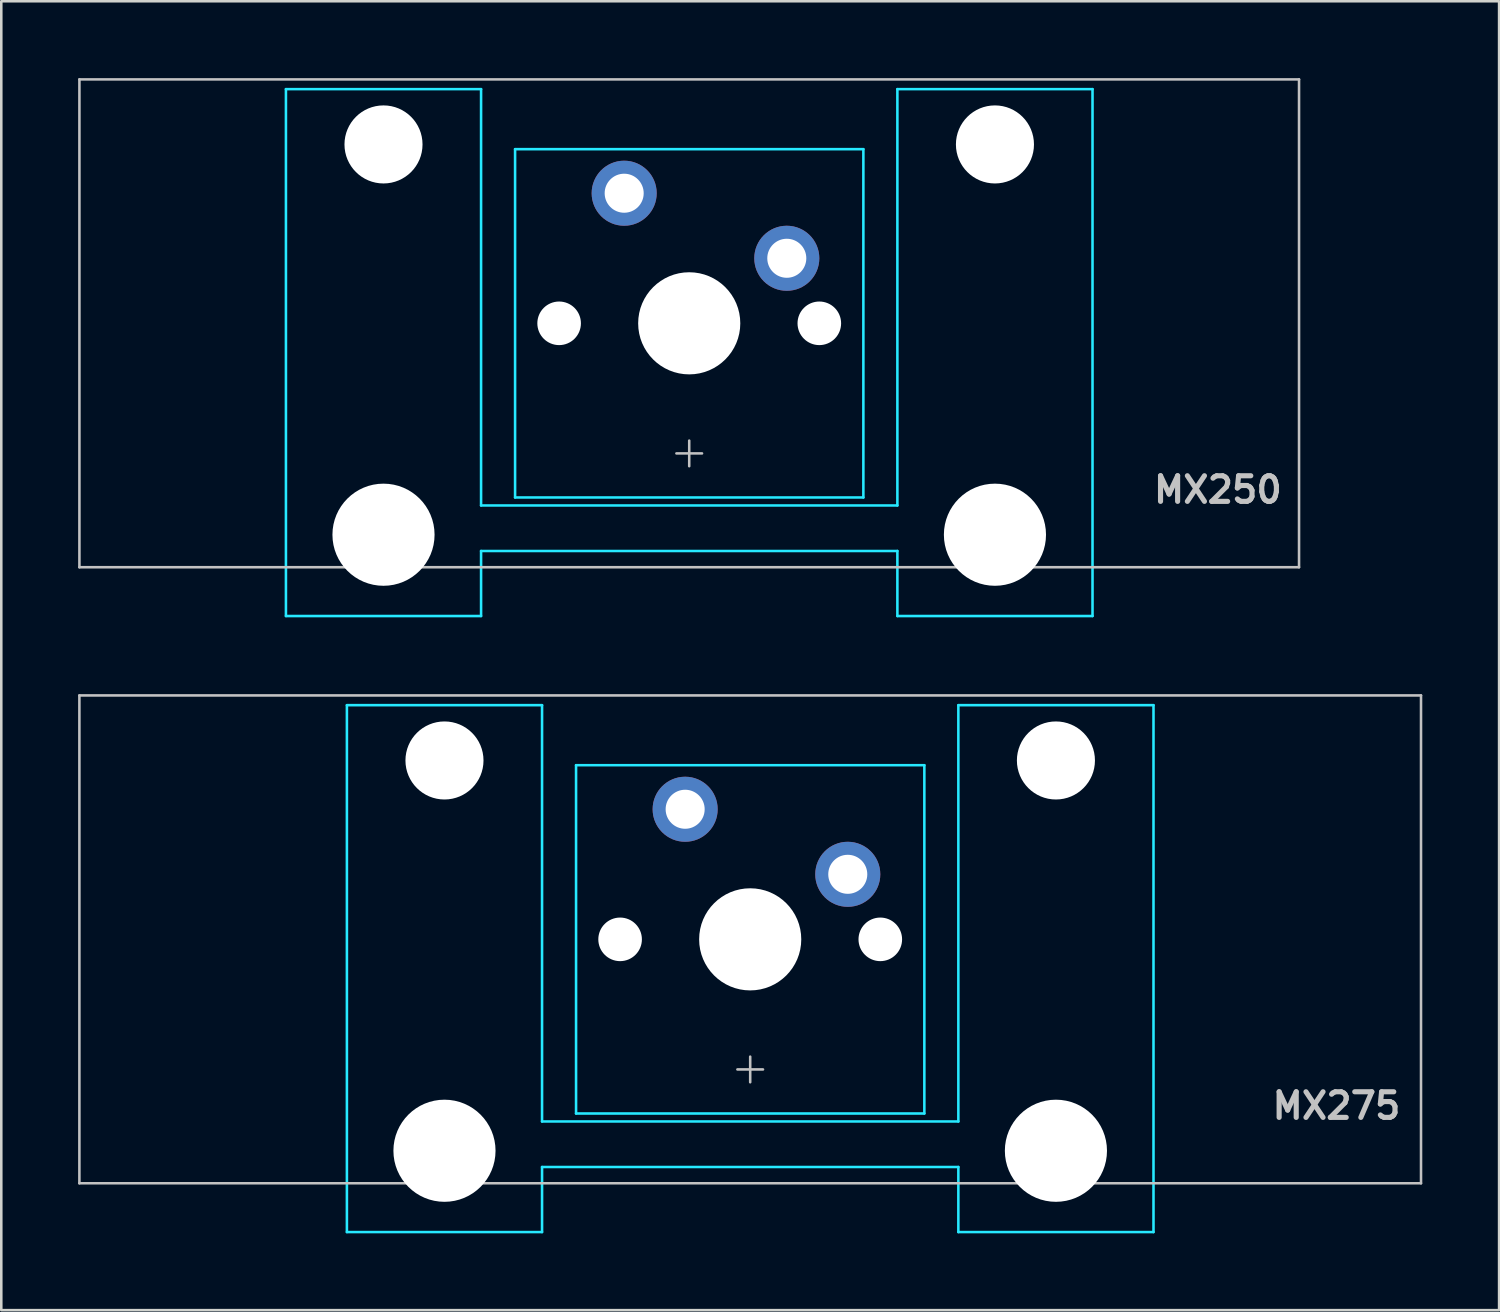
<source format=kicad_pcb>
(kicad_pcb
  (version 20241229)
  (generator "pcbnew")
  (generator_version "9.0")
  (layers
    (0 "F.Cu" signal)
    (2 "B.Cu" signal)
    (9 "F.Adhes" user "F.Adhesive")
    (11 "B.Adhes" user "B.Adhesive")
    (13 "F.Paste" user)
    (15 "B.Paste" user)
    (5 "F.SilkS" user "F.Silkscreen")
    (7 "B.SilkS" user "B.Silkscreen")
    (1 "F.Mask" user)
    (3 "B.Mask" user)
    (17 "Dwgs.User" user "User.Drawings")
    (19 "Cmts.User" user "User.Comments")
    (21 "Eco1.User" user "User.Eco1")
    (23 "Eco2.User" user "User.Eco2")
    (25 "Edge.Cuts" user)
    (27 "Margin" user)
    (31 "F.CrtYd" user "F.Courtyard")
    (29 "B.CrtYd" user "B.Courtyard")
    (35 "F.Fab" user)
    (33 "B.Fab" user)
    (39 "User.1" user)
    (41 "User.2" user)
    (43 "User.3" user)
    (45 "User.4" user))
  (footprint "MX250"
    (layer "F.Cu")
    (at 23.863 9.575)
    (property "Reference" "MX250" (at 23.25 6.5 0) (layer "Dwgs.User") (effects (font (size 1 1) (thickness 0.2)) (justify right)))
    (attr through_hole)
    (fp_line (start -23.812 -9.525) (end -23.812 9.525) (stroke (width 0.1) (type solid)) (layer "Dwgs.User"))
    (fp_line (start -23.812 -9.525) (end 23.812 -9.525) (stroke (width 0.1) (type solid)) (layer "Dwgs.User"))
    (fp_line (start -23.812 9.525) (end 23.812 9.525) (stroke (width 0.1) (type solid)) (layer "Dwgs.User"))
    (fp_line (start -0.5 5.08) (end 0.5 5.08) (stroke (width 0.1) (type solid)) (layer "Dwgs.User"))
    (fp_line (start 0 5.58) (end 0 4.58) (stroke (width 0.1) (type solid)) (layer "Dwgs.User"))
    (fp_line (start 23.812 -9.525) (end 23.812 9.525) (stroke (width 0.1) (type solid)) (layer "Dwgs.User"))
    (fp_line (start -15.438 -5.485) (end -15.438 8.515) (stroke (width 0.1) (type solid)) (layer "Eco1.User"))
    (fp_line (start -14.938 -5.985) (end -8.938 -5.985) (stroke (width 0.1) (type solid)) (layer "Eco1.User"))
    (fp_line (start -8.938 9.015) (end -14.938 9.015) (stroke (width 0.1) (type solid)) (layer "Eco1.User"))
    (fp_line (start -8.438 8.515) (end -8.438 -5.485) (stroke (width 0.1) (type solid)) (layer "Eco1.User"))
    (fp_line (start -7 -6.5) (end -7 6.5) (stroke (width 0.1) (type solid)) (layer "Eco1.User"))
    (fp_line (start -6.5 7) (end 6.5 7) (stroke (width 0.1) (type solid)) (layer "Eco1.User"))
    (fp_line (start 6.5 -7) (end -6.5 -7) (stroke (width 0.1) (type solid)) (layer "Eco1.User"))
    (fp_line (start 7 6.5) (end 7 -6.5) (stroke (width 0.1) (type solid)) (layer "Eco1.User"))
    (fp_line (start 8.438 -5.485) (end 8.438 8.515) (stroke (width 0.1) (type solid)) (layer "Eco1.User"))
    (fp_line (start 8.938 -5.985) (end 14.938 -5.985) (stroke (width 0.1) (type solid)) (layer "Eco1.User"))
    (fp_line (start 14.938 9.015) (end 8.938 9.015) (stroke (width 0.1) (type solid)) (layer "Eco1.User"))
    (fp_line (start 15.438 8.515) (end 15.438 -5.485) (stroke (width 0.1) (type solid)) (layer "Eco1.User"))
    (fp_arc (start -15.438 -5.485) (mid -15.291553 -5.838553) (end -14.938 -5.985) (stroke (width 0.1) (type solid)) (layer "Eco1.User"))
    (fp_arc (start -14.938 9.015) (mid -15.291553 8.868553) (end -15.438 8.515) (stroke (width 0.1) (type solid)) (layer "Eco1.User"))
    (fp_arc (start -8.938 -5.985) (mid -8.584447 -5.838553) (end -8.438 -5.485) (stroke (width 0.1) (type solid)) (layer "Eco1.User"))
    (fp_arc (start -8.438 8.515) (mid -8.584447 8.868553) (end -8.938 9.015) (stroke (width 0.1) (type solid)) (layer "Eco1.User"))
    (fp_arc (start -7 -6.5) (mid -6.853553 -6.853553) (end -6.5 -7) (stroke (width 0.1) (type solid)) (layer "Eco1.User"))
    (fp_arc (start -6.5 7) (mid -6.853553 6.853553) (end -7 6.5) (stroke (width 0.1) (type solid)) (layer "Eco1.User"))
    (fp_arc (start 6.5 -7) (mid 6.853553 -6.853553) (end 7 -6.5) (stroke (width 0.1) (type solid)) (layer "Eco1.User"))
    (fp_arc (start 7 6.5) (mid 6.853553 6.853553) (end 6.5 7) (stroke (width 0.1) (type solid)) (layer "Eco1.User"))
    (fp_arc (start 8.438 -5.485) (mid 8.584447 -5.838553) (end 8.938 -5.985) (stroke (width 0.1) (type solid)) (layer "Eco1.User"))
    (fp_arc (start 8.938 9.015) (mid 8.584447 8.868553) (end 8.438 8.515) (stroke (width 0.1) (type solid)) (layer "Eco1.User"))
    (fp_arc (start 14.938 -5.985) (mid 15.291553 -5.838553) (end 15.438 -5.485) (stroke (width 0.1) (type solid)) (layer "Eco1.User"))
    (fp_arc (start 15.438 8.515) (mid 15.291553 8.868553) (end 14.938 9.015) (stroke (width 0.1) (type solid)) (layer "Eco1.User"))
    (fp_line (start -15.748 -9.144) (end -8.128 -9.144) (stroke (width 0.1) (type solid)) (layer "B.CrtYd"))
    (fp_line (start -15.748 11.43) (end -15.748 -9.144) (stroke (width 0.1) (type solid)) (layer "B.CrtYd"))
    (fp_line (start -8.128 -9.144) (end -8.128 7.112) (stroke (width 0.1) (type solid)) (layer "B.CrtYd"))
    (fp_line (start -8.128 7.112) (end 8.128 7.112) (stroke (width 0.1) (type solid)) (layer "B.CrtYd"))
    (fp_line (start -8.128 8.89) (end 8.128 8.89) (stroke (width 0.1) (type solid)) (layer "B.CrtYd"))
    (fp_line (start -8.128 11.43) (end -15.748 11.43) (stroke (width 0.1) (type solid)) (layer "B.CrtYd"))
    (fp_line (start -8.128 11.43) (end -8.128 8.89) (stroke (width 0.1) (type solid)) (layer "B.CrtYd"))
    (fp_line (start -6.8 6.8) (end -6.8 -6.8) (stroke (width 0.1) (type solid)) (layer "B.CrtYd"))
    (fp_line (start 6.8 -6.8) (end -6.8 -6.8) (stroke (width 0.1) (type solid)) (layer "B.CrtYd"))
    (fp_line (start 6.8 6.8) (end -6.8 6.8) (stroke (width 0.1) (type solid)) (layer "B.CrtYd"))
    (fp_line (start 6.8 6.8) (end 6.8 -6.8) (stroke (width 0.1) (type solid)) (layer "B.CrtYd"))
    (fp_line (start 8.128 -9.144) (end 8.128 7.112) (stroke (width 0.1) (type solid)) (layer "B.CrtYd"))
    (fp_line (start 8.128 -9.144) (end 15.748 -9.144) (stroke (width 0.1) (type solid)) (layer "B.CrtYd"))
    (fp_line (start 8.128 11.43) (end 8.128 8.89) (stroke (width 0.1) (type solid)) (layer "B.CrtYd"))
    (fp_line (start 15.748 -9.144) (end 15.748 11.43) (stroke (width 0.1) (type solid)) (layer "B.CrtYd"))
    (fp_line (start 15.748 11.43) (end 8.128 11.43) (stroke (width 0.1) (type solid)) (layer "B.CrtYd"))
    (pad "" np_thru_hole circle (at -11.938 -6.985) (size 3.048 3.048) (drill 3.048) (layers "*.Cu" "*.Mask"))
    (pad "" np_thru_hole circle (at -11.938 8.255) (size 3.988 3.988) (drill 3.988) (layers "*.Cu" "*.Mask"))
    (pad "" np_thru_hole circle (at -5.08 0) (size 1.702 1.702) (drill 1.702) (layers "*.Cu" "*.Mask"))
    (pad "" connect circle (at -2.54 -5.08) (size 1.524 1.524) (layers "B.Mask"))
    (pad "" np_thru_hole circle (at 0 0) (size 3.988 3.988) (drill 3.988) (layers "*.Cu" "*.Mask"))
    (pad "" connect circle (at 3.81 -2.54) (size 1.524 1.524) (layers "B.Mask"))
    (pad "" np_thru_hole circle (at 5.08 0) (size 1.702 1.702) (drill 1.702) (layers "*.Cu" "*.Mask"))
    (pad "" np_thru_hole circle (at 11.938 -6.985) (size 3.048 3.048) (drill 3.048) (layers "*.Cu" "*.Mask"))
    (pad "" np_thru_hole circle (at 11.938 8.255) (size 3.988 3.988) (drill 3.988) (layers "*.Cu" "*.Mask"))
    (pad "1" thru_hole circle (at -2.54 -5.08) (size 2.54 2.54) (drill 1.524) (layers "*.Cu" "F.Mask"))
    (pad "2" thru_hole circle (at 3.81 -2.54) (size 2.54 2.54) (drill 1.524) (layers "*.Cu" "F.Mask")))
  (footprint "MX275"
    (layer "F.Cu")
    (at 26.244 33.63)
    (property "Reference" "MX275" (at 25.5 6.5 0) (layer "Dwgs.User") (effects (font (size 1 1) (thickness 0.2)) (justify right)))
    (attr through_hole)
    (fp_line (start -26.194 -9.525) (end -26.194 9.525) (stroke (width 0.1) (type solid)) (layer "Dwgs.User"))
    (fp_line (start -26.194 -9.525) (end 26.194 -9.525) (stroke (width 0.1) (type solid)) (layer "Dwgs.User"))
    (fp_line (start -26.194 9.525) (end 26.194 9.525) (stroke (width 0.1) (type solid)) (layer "Dwgs.User"))
    (fp_line (start -0.5 5.08) (end 0.5 5.08) (stroke (width 0.1) (type solid)) (layer "Dwgs.User"))
    (fp_line (start 0 5.58) (end 0 4.58) (stroke (width 0.1) (type solid)) (layer "Dwgs.User"))
    (fp_line (start 26.194 -9.525) (end 26.194 9.525) (stroke (width 0.1) (type solid)) (layer "Dwgs.User"))
    (fp_line (start -15.438 -5.485) (end -15.438 8.515) (stroke (width 0.1) (type solid)) (layer "Eco1.User"))
    (fp_line (start -14.938 -5.985) (end -8.938 -5.985) (stroke (width 0.1) (type solid)) (layer "Eco1.User"))
    (fp_line (start -8.938 9.015) (end -14.938 9.015) (stroke (width 0.1) (type solid)) (layer "Eco1.User"))
    (fp_line (start -8.438 8.515) (end -8.438 -5.485) (stroke (width 0.1) (type solid)) (layer "Eco1.User"))
    (fp_line (start -7 -6.5) (end -7 6.5) (stroke (width 0.1) (type solid)) (layer "Eco1.User"))
    (fp_line (start -6.5 7) (end 6.5 7) (stroke (width 0.1) (type solid)) (layer "Eco1.User"))
    (fp_line (start 6.5 -7) (end -6.5 -7) (stroke (width 0.1) (type solid)) (layer "Eco1.User"))
    (fp_line (start 7 6.5) (end 7 -6.5) (stroke (width 0.1) (type solid)) (layer "Eco1.User"))
    (fp_line (start 8.438 -5.485) (end 8.438 8.515) (stroke (width 0.1) (type solid)) (layer "Eco1.User"))
    (fp_line (start 8.938 -5.985) (end 14.938 -5.985) (stroke (width 0.1) (type solid)) (layer "Eco1.User"))
    (fp_line (start 14.938 9.015) (end 8.938 9.015) (stroke (width 0.1) (type solid)) (layer "Eco1.User"))
    (fp_line (start 15.438 8.515) (end 15.438 -5.485) (stroke (width 0.1) (type solid)) (layer "Eco1.User"))
    (fp_arc (start -15.438 -5.485) (mid -15.291553 -5.838553) (end -14.938 -5.985) (stroke (width 0.1) (type solid)) (layer "Eco1.User"))
    (fp_arc (start -14.938 9.015) (mid -15.291553 8.868553) (end -15.438 8.515) (stroke (width 0.1) (type solid)) (layer "Eco1.User"))
    (fp_arc (start -8.938 -5.985) (mid -8.584447 -5.838553) (end -8.438 -5.485) (stroke (width 0.1) (type solid)) (layer "Eco1.User"))
    (fp_arc (start -8.438 8.515) (mid -8.584447 8.868553) (end -8.938 9.015) (stroke (width 0.1) (type solid)) (layer "Eco1.User"))
    (fp_arc (start -7 -6.5) (mid -6.853553 -6.853553) (end -6.5 -7) (stroke (width 0.1) (type solid)) (layer "Eco1.User"))
    (fp_arc (start -6.5 7) (mid -6.853553 6.853553) (end -7 6.5) (stroke (width 0.1) (type solid)) (layer "Eco1.User"))
    (fp_arc (start 6.5 -7) (mid 6.853553 -6.853553) (end 7 -6.5) (stroke (width 0.1) (type solid)) (layer "Eco1.User"))
    (fp_arc (start 7 6.5) (mid 6.853553 6.853553) (end 6.5 7) (stroke (width 0.1) (type solid)) (layer "Eco1.User"))
    (fp_arc (start 8.438 -5.485) (mid 8.584447 -5.838553) (end 8.938 -5.985) (stroke (width 0.1) (type solid)) (layer "Eco1.User"))
    (fp_arc (start 8.938 9.015) (mid 8.584447 8.868553) (end 8.438 8.515) (stroke (width 0.1) (type solid)) (layer "Eco1.User"))
    (fp_arc (start 14.938 -5.985) (mid 15.291553 -5.838553) (end 15.438 -5.485) (stroke (width 0.1) (type solid)) (layer "Eco1.User"))
    (fp_arc (start 15.438 8.515) (mid 15.291553 8.868553) (end 14.938 9.015) (stroke (width 0.1) (type solid)) (layer "Eco1.User"))
    (fp_line (start -15.748 -9.144) (end -8.128 -9.144) (stroke (width 0.1) (type solid)) (layer "B.CrtYd"))
    (fp_line (start -15.748 11.43) (end -15.748 -9.144) (stroke (width 0.1) (type solid)) (layer "B.CrtYd"))
    (fp_line (start -8.128 -9.144) (end -8.128 7.112) (stroke (width 0.1) (type solid)) (layer "B.CrtYd"))
    (fp_line (start -8.128 7.112) (end 8.128 7.112) (stroke (width 0.1) (type solid)) (layer "B.CrtYd"))
    (fp_line (start -8.128 8.89) (end 8.128 8.89) (stroke (width 0.1) (type solid)) (layer "B.CrtYd"))
    (fp_line (start -8.128 11.43) (end -15.748 11.43) (stroke (width 0.1) (type solid)) (layer "B.CrtYd"))
    (fp_line (start -8.128 11.43) (end -8.128 8.89) (stroke (width 0.1) (type solid)) (layer "B.CrtYd"))
    (fp_line (start -6.8 6.8) (end -6.8 -6.8) (stroke (width 0.1) (type solid)) (layer "B.CrtYd"))
    (fp_line (start 6.8 -6.8) (end -6.8 -6.8) (stroke (width 0.1) (type solid)) (layer "B.CrtYd"))
    (fp_line (start 6.8 6.8) (end -6.8 6.8) (stroke (width 0.1) (type solid)) (layer "B.CrtYd"))
    (fp_line (start 6.8 6.8) (end 6.8 -6.8) (stroke (width 0.1) (type solid)) (layer "B.CrtYd"))
    (fp_line (start 8.128 -9.144) (end 8.128 7.112) (stroke (width 0.1) (type solid)) (layer "B.CrtYd"))
    (fp_line (start 8.128 -9.144) (end 15.748 -9.144) (stroke (width 0.1) (type solid)) (layer "B.CrtYd"))
    (fp_line (start 8.128 11.43) (end 8.128 8.89) (stroke (width 0.1) (type solid)) (layer "B.CrtYd"))
    (fp_line (start 15.748 -9.144) (end 15.748 11.43) (stroke (width 0.1) (type solid)) (layer "B.CrtYd"))
    (fp_line (start 15.748 11.43) (end 8.128 11.43) (stroke (width 0.1) (type solid)) (layer "B.CrtYd"))
    (pad "" np_thru_hole circle (at -11.938 -6.985) (size 3.048 3.048) (drill 3.048) (layers "*.Cu" "*.Mask"))
    (pad "" np_thru_hole circle (at -11.938 8.255) (size 3.988 3.988) (drill 3.988) (layers "*.Cu" "*.Mask"))
    (pad "" np_thru_hole circle (at -5.08 0) (size 1.702 1.702) (drill 1.702) (layers "*.Cu" "*.Mask"))
    (pad "" connect circle (at -2.54 -5.08) (size 1.524 1.524) (layers "B.Mask"))
    (pad "" np_thru_hole circle (at 0 0) (size 3.988 3.988) (drill 3.988) (layers "*.Cu" "*.Mask"))
    (pad "" connect circle (at 3.81 -2.54) (size 1.524 1.524) (layers "B.Mask"))
    (pad "" np_thru_hole circle (at 5.08 0) (size 1.702 1.702) (drill 1.702) (layers "*.Cu" "*.Mask"))
    (pad "" np_thru_hole circle (at 11.938 -6.985) (size 3.048 3.048) (drill 3.048) (layers "*.Cu" "*.Mask"))
    (pad "" np_thru_hole circle (at 11.938 8.255) (size 3.988 3.988) (drill 3.988) (layers "*.Cu" "*.Mask"))
    (pad "1" thru_hole circle (at -2.54 -5.08) (size 2.54 2.54) (drill 1.524) (layers "*.Cu" "F.Mask"))
    (pad "2" thru_hole circle (at 3.81 -2.54) (size 2.54 2.54) (drill 1.524) (layers "*.Cu" "F.Mask")))
  (gr_rect
    (start -3 -3)
    (end 55.487 48.11)
    (stroke (width 0.1) (type default))
    (fill no)
    (layer "Edge.Cuts")))
</source>
